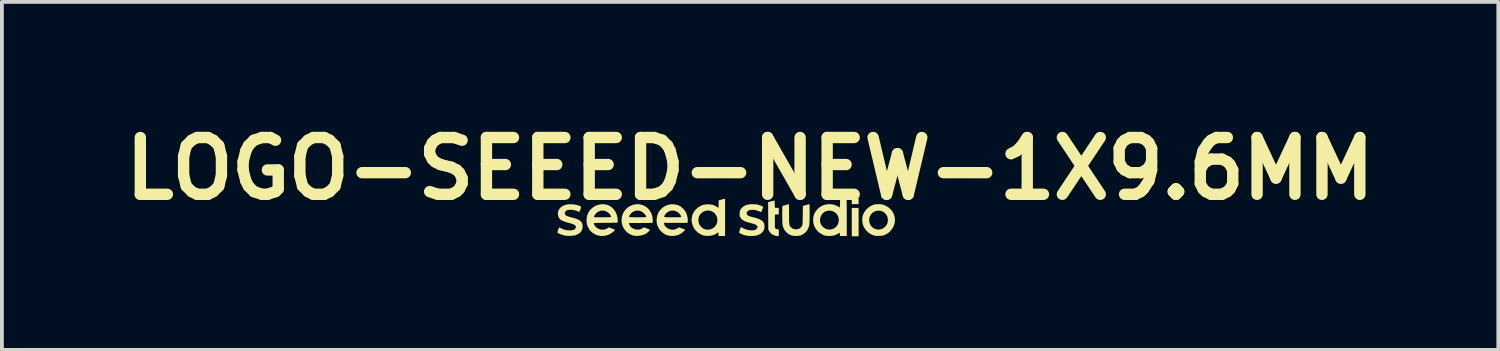
<source format=kicad_pcb>
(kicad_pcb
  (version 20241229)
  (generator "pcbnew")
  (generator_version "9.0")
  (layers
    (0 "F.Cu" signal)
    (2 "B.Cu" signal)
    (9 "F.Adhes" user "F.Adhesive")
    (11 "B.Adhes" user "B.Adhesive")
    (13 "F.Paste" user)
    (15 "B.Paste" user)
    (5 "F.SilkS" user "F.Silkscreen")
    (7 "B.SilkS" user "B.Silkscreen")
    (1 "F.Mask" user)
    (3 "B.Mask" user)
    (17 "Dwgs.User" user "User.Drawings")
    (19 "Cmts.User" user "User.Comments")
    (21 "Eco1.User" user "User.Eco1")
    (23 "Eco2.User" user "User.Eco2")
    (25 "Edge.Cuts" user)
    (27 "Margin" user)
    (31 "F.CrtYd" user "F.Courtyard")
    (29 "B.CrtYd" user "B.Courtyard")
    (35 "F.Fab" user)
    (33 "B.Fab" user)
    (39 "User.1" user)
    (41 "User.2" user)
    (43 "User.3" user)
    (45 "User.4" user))
  (footprint "LOGO-SEEED-NEW-1X9.6MM"
    (layer "F.Cu")
    (at 16.104 2.714)
    (property "Reference" "LOGO-SEEED-NEW-1X9.6MM" (at 0.66 -1.31 0) (layer "F.SilkS") (effects (font (size 1.5 1.5) (thickness 0.3))))
    (attr board_only exclude_from_pos_files exclude_from_bom)
    (fp_poly (pts (xy 3.527 -0.449) (xy 3.527 -0.371) (xy 3.437 -0.371) (xy 3.346 -0.371) (xy 3.346 -0.449) (xy 3.346 -0.527) (xy 3.437 -0.527) (xy 3.527 -0.527)) (stroke (width 0) (type solid)) (fill yes) (layer "F.SilkS"))
    (fp_poly (pts (xy 3.527 0.103) (xy 3.527 0.478) (xy 3.437 0.478) (xy 3.346 0.478) (xy 3.346 0.103) (xy 3.346 -0.272) (xy 3.437 -0.272) (xy 3.527 -0.272)) (stroke (width 0) (type solid)) (fill yes) (layer "F.SilkS"))
    (fp_poly (pts (xy 1.304 -0.465) (xy 1.308 -0.451) (xy 1.31 -0.425) (xy 1.312 -0.384) (xy 1.312 -0.374) (xy 1.315 -0.276) (xy 1.366 -0.274) (xy 1.418 -0.271) (xy 1.418 -0.185) (xy 1.418 -0.1) (xy 1.366 -0.097) (xy 1.315 -0.095) (xy 1.315 0.08) (xy 1.315 0.138) (xy 1.315 0.182) (xy 1.316 0.214) (xy 1.317 0.237) (xy 1.32 0.252) (xy 1.323 0.262) (xy 1.328 0.269) (xy 1.332 0.272) (xy 1.351 0.285) (xy 1.377 0.293) (xy 1.383 0.294) (xy 1.418 0.299) (xy 1.418 0.384) (xy 1.418 0.47) (xy 1.378 0.469) (xy 1.347 0.466) (xy 1.311 0.459) (xy 1.296 0.454) (xy 1.242 0.428) (xy 1.199 0.391) (xy 1.167 0.346) (xy 1.141 0.301) (xy 1.139 -0.062) (xy 1.137 -0.424) (xy 1.213 -0.444) (xy 1.247 -0.453) (xy 1.276 -0.461) (xy 1.295 -0.466) (xy 1.3 -0.467)) (stroke (width 0) (type solid)) (fill yes) (layer "F.SilkS"))
    (fp_poly (pts (xy 0 -0.024) (xy 0 0.47) (xy -0.086 0.47) (xy -0.172 0.47) (xy -0.175 0.421) (xy -0.177 0.372) (xy -0.221 0.401) (xy -0.273 0.431) (xy -0.326 0.451) (xy -0.385 0.463) (xy -0.441 0.467) (xy -0.505 0.466) (xy -0.554 0.46) (xy -0.568 0.457) (xy -0.642 0.428) (xy -0.71 0.386) (xy -0.77 0.332) (xy -0.818 0.269) (xy -0.834 0.242) (xy -0.866 0.164) (xy -0.883 0.085) (xy -0.883 0.053) (xy -0.705 0.053) (xy -0.699 0.109) (xy -0.685 0.155) (xy -0.661 0.194) (xy -0.628 0.232) (xy -0.589 0.265) (xy -0.55 0.288) (xy -0.537 0.292) (xy -0.487 0.302) (xy -0.431 0.301) (xy -0.378 0.291) (xy -0.338 0.275) (xy -0.286 0.239) (xy -0.247 0.193) (xy -0.22 0.142) (xy -0.206 0.086) (xy -0.204 0.028) (xy -0.215 -0.029) (xy -0.239 -0.082) (xy -0.276 -0.13) (xy -0.304 -0.154) (xy -0.357 -0.185) (xy -0.413 -0.201) (xy -0.471 -0.203) (xy -0.528 -0.192) (xy -0.582 -0.169) (xy -0.629 -0.133) (xy -0.668 -0.086) (xy -0.686 -0.054) (xy -0.701 -0.004) (xy -0.705 0.053) (xy -0.883 0.053) (xy -0.883 0.007) (xy -0.869 -0.068) (xy -0.84 -0.139) (xy -0.797 -0.205) (xy -0.74 -0.263) (xy -0.708 -0.288) (xy -0.653 -0.323) (xy -0.6 -0.346) (xy -0.544 -0.36) (xy -0.48 -0.366) (xy -0.449 -0.366) (xy -0.386 -0.363) (xy -0.333 -0.354) (xy -0.284 -0.337) (xy -0.234 -0.311) (xy -0.217 -0.3) (xy -0.174 -0.272) (xy -0.171 -0.372) (xy -0.169 -0.472) (xy -0.084 -0.495) (xy 0 -0.517)) (stroke (width 0) (type solid)) (fill yes) (layer "F.SilkS"))
    (fp_poly (pts (xy 4.09 -0.369) (xy 4.137 -0.365) (xy 4.171 -0.358) (xy 4.25 -0.326) (xy 4.32 -0.283) (xy 4.38 -0.228) (xy 4.427 -0.165) (xy 4.462 -0.093) (xy 4.483 -0.015) (xy 4.483 -0.012) (xy 4.487 0.065) (xy 4.476 0.141) (xy 4.45 0.214) (xy 4.412 0.282) (xy 4.362 0.344) (xy 4.301 0.396) (xy 4.232 0.437) (xy 4.21 0.446) (xy 4.171 0.457) (xy 4.121 0.465) (xy 4.066 0.468) (xy 4.01 0.468) (xy 3.96 0.463) (xy 3.921 0.454) (xy 3.844 0.42) (xy 3.776 0.373) (xy 3.718 0.314) (xy 3.672 0.244) (xy 3.641 0.175) (xy 3.628 0.117) (xy 3.622 0.053) (xy 3.623 0.048) (xy 3.806 0.048) (xy 3.813 0.112) (xy 3.834 0.169) (xy 3.866 0.217) (xy 3.908 0.255) (xy 3.958 0.283) (xy 4.013 0.298) (xy 4.072 0.3) (xy 4.133 0.287) (xy 4.155 0.279) (xy 4.197 0.254) (xy 4.236 0.217) (xy 4.269 0.174) (xy 4.29 0.129) (xy 4.29 0.126) (xy 4.301 0.064) (xy 4.297 0.003) (xy 4.28 -0.053) (xy 4.252 -0.102) (xy 4.213 -0.144) (xy 4.165 -0.176) (xy 4.11 -0.195) (xy 4.055 -0.2) (xy 3.989 -0.193) (xy 3.932 -0.171) (xy 3.884 -0.135) (xy 3.845 -0.086) (xy 3.832 -0.062) (xy 3.817 -0.028) (xy 3.809 0.001) (xy 3.806 0.034) (xy 3.806 0.048) (xy 3.623 0.048) (xy 3.625 -0.012) (xy 3.637 -0.07) (xy 3.642 -0.086) (xy 3.675 -0.156) (xy 3.721 -0.22) (xy 3.778 -0.275) (xy 3.842 -0.32) (xy 3.912 -0.352) (xy 3.948 -0.362) (xy 3.989 -0.368) (xy 4.038 -0.37)) (stroke (width 0) (type solid)) (fill yes) (layer "F.SilkS"))
    (fp_poly (pts (xy -3.166 -0.364) (xy -3.11 -0.351) (xy -3.046 -0.323) (xy -2.987 -0.281) (xy -2.936 -0.228) (xy -2.894 -0.166) (xy -2.863 -0.097) (xy -2.843 -0.024) (xy -2.836 0.052) (xy -2.837 0.069) (xy -2.839 0.119) (xy -3.154 0.122) (xy -3.246 0.123) (xy -3.322 0.124) (xy -3.383 0.125) (xy -3.428 0.127) (xy -3.457 0.129) (xy -3.469 0.132) (xy -3.47 0.132) (xy -3.467 0.145) (xy -3.459 0.165) (xy -3.457 0.171) (xy -3.43 0.215) (xy -3.391 0.253) (xy -3.342 0.281) (xy -3.288 0.299) (xy -3.26 0.303) (xy -3.202 0.302) (xy -3.15 0.288) (xy -3.107 0.266) (xy -3.071 0.242) (xy -2.99 0.272) (xy -2.957 0.284) (xy -2.93 0.296) (xy -2.913 0.305) (xy -2.909 0.309) (xy -2.916 0.321) (xy -2.933 0.34) (xy -2.959 0.362) (xy -2.989 0.385) (xy -3.02 0.406) (xy -3.05 0.423) (xy -3.05 0.423) (xy -3.128 0.453) (xy -3.208 0.468) (xy -3.289 0.468) (xy -3.354 0.457) (xy -3.432 0.428) (xy -3.5 0.387) (xy -3.558 0.334) (xy -3.603 0.271) (xy -3.637 0.2) (xy -3.656 0.121) (xy -3.661 0.057) (xy -3.655 -0.025) (xy -3.463 -0.025) (xy -3.24 -0.025) (xy -3.173 -0.025) (xy -3.116 -0.026) (xy -3.07 -0.027) (xy -3.036 -0.029) (xy -3.017 -0.031) (xy -3.012 -0.033) (xy -3.012 -0.047) (xy -3.022 -0.068) (xy -3.038 -0.094) (xy -3.059 -0.12) (xy -3.074 -0.135) (xy -3.127 -0.173) (xy -3.183 -0.196) (xy -3.241 -0.203) (xy -3.298 -0.195) (xy -3.349 -0.174) (xy -3.394 -0.143) (xy -3.43 -0.105) (xy -3.453 -0.063) (xy -3.458 -0.047) (xy -3.463 -0.025) (xy -3.655 -0.025) (xy -3.655 -0.027) (xy -3.634 -0.102) (xy -3.6 -0.171) (xy -3.55 -0.234) (xy -3.539 -0.245) (xy -3.476 -0.297) (xy -3.405 -0.336) (xy -3.328 -0.36) (xy -3.247 -0.37)) (stroke (width 0) (type solid)) (fill yes) (layer "F.SilkS"))
    (fp_poly (pts (xy 1.685 -0.363) (xy 1.686 -0.34) (xy 1.687 -0.306) (xy 1.688 -0.26) (xy 1.689 -0.206) (xy 1.689 -0.145) (xy 1.689 -0.114) (xy 1.69 -0.035) (xy 1.69 0.03) (xy 1.691 0.081) (xy 1.694 0.122) (xy 1.697 0.154) (xy 1.702 0.179) (xy 1.709 0.199) (xy 1.718 0.215) (xy 1.73 0.229) (xy 1.744 0.244) (xy 1.744 0.244) (xy 1.784 0.274) (xy 1.829 0.29) (xy 1.878 0.295) (xy 1.925 0.287) (xy 1.969 0.269) (xy 2.007 0.24) (xy 2.034 0.2) (xy 2.035 0.198) (xy 2.039 0.187) (xy 2.042 0.171) (xy 2.045 0.148) (xy 2.047 0.118) (xy 2.049 0.077) (xy 2.05 0.024) (xy 2.051 -0.042) (xy 2.052 -0.078) (xy 2.056 -0.325) (xy 2.139 -0.348) (xy 2.173 -0.357) (xy 2.202 -0.365) (xy 2.221 -0.369) (xy 2.227 -0.371) (xy 2.229 -0.363) (xy 2.231 -0.341) (xy 2.232 -0.307) (xy 2.233 -0.264) (xy 2.233 -0.214) (xy 2.233 -0.158) (xy 2.233 -0.101) (xy 2.233 -0.043) (xy 2.232 0.013) (xy 2.231 0.065) (xy 2.229 0.109) (xy 2.227 0.145) (xy 2.225 0.169) (xy 2.225 0.173) (xy 2.205 0.249) (xy 2.172 0.315) (xy 2.127 0.371) (xy 2.069 0.417) (xy 2.037 0.435) (xy 2.008 0.449) (xy 1.984 0.458) (xy 1.961 0.463) (xy 1.933 0.466) (xy 1.895 0.467) (xy 1.888 0.468) (xy 1.84 0.468) (xy 1.804 0.465) (xy 1.774 0.46) (xy 1.754 0.454) (xy 1.709 0.437) (xy 1.671 0.415) (xy 1.636 0.386) (xy 1.608 0.359) (xy 1.563 0.301) (xy 1.533 0.235) (xy 1.516 0.167) (xy 1.514 0.143) (xy 1.512 0.105) (xy 1.511 0.056) (xy 1.51 0.000016) (xy 1.51 -0.062) (xy 1.51 -0.106) (xy 1.512 -0.324) (xy 1.595 -0.347) (xy 1.63 -0.357) (xy 1.658 -0.365) (xy 1.678 -0.369) (xy 1.683 -0.371)) (stroke (width 0) (type solid)) (fill yes) (layer "F.SilkS"))
    (fp_poly (pts (xy 3.209 -0.511) (xy 3.21 -0.488) (xy 3.211 -0.451) (xy 3.212 -0.402) (xy 3.213 -0.343) (xy 3.213 -0.274) (xy 3.214 -0.197) (xy 3.214 -0.113) (xy 3.214 -0.025) (xy 3.214 -0.025) (xy 3.214 0.47) (xy 3.124 0.47) (xy 3.034 0.47) (xy 3.031 0.425) (xy 3.029 0.38) (xy 2.983 0.409) (xy 2.923 0.44) (xy 2.86 0.46) (xy 2.79 0.468) (xy 2.754 0.469) (xy 2.715 0.468) (xy 2.679 0.465) (xy 2.651 0.462) (xy 2.642 0.461) (xy 2.601 0.446) (xy 2.555 0.423) (xy 2.508 0.394) (xy 2.467 0.363) (xy 2.452 0.35) (xy 2.398 0.285) (xy 2.358 0.214) (xy 2.334 0.137) (xy 2.325 0.054) (xy 2.326 0.042) (xy 2.507 0.042) (xy 2.511 0.1) (xy 2.529 0.153) (xy 2.558 0.201) (xy 2.595 0.24) (xy 2.641 0.271) (xy 2.692 0.292) (xy 2.748 0.301) (xy 2.805 0.296) (xy 2.863 0.277) (xy 2.865 0.276) (xy 2.918 0.241) (xy 2.959 0.196) (xy 2.987 0.142) (xy 3.002 0.08) (xy 3.003 0.049) (xy 2.996 -0.013) (xy 2.977 -0.067) (xy 2.948 -0.112) (xy 2.91 -0.148) (xy 2.866 -0.175) (xy 2.817 -0.192) (xy 2.766 -0.2) (xy 2.714 -0.197) (xy 2.664 -0.184) (xy 2.617 -0.16) (xy 2.576 -0.125) (xy 2.542 -0.079) (xy 2.518 -0.021) (xy 2.517 -0.019) (xy 2.507 0.042) (xy 2.326 0.042) (xy 2.326 0.021) (xy 2.334 -0.044) (xy 2.35 -0.1) (xy 2.376 -0.154) (xy 2.402 -0.194) (xy 2.457 -0.256) (xy 2.521 -0.306) (xy 2.593 -0.342) (xy 2.673 -0.364) (xy 2.757 -0.371) (xy 2.835 -0.365) (xy 2.905 -0.347) (xy 2.973 -0.316) (xy 2.977 -0.314) (xy 3.032 -0.282) (xy 3.035 -0.378) (xy 3.037 -0.474) (xy 3.119 -0.496) (xy 3.154 -0.505) (xy 3.183 -0.513) (xy 3.202 -0.518) (xy 3.208 -0.519)) (stroke (width 0) (type solid)) (fill yes) (layer "F.SilkS"))
    (fp_poly (pts (xy -2.253 -0.366) (xy -2.178 -0.347) (xy -2.11 -0.315) (xy -2.048 -0.269) (xy -1.996 -0.211) (xy -1.959 -0.148) (xy -1.934 -0.091) (xy -1.92 -0.035) (xy -1.913 0.027) (xy -1.912 0.063) (xy -1.912 0.123) (xy -2.229 0.126) (xy -2.545 0.128) (xy -2.534 0.16) (xy -2.51 0.207) (xy -2.474 0.245) (xy -2.428 0.275) (xy -2.377 0.294) (xy -2.323 0.303) (xy -2.268 0.3) (xy -2.215 0.285) (xy -2.172 0.26) (xy -2.147 0.241) (xy -2.067 0.27) (xy -2.033 0.283) (xy -2.007 0.295) (xy -1.99 0.305) (xy -1.986 0.309) (xy -1.992 0.32) (xy -2.008 0.338) (xy -2.03 0.36) (xy -2.056 0.382) (xy -2.081 0.402) (xy -2.095 0.41) (xy -2.148 0.436) (xy -2.211 0.454) (xy -2.279 0.465) (xy -2.346 0.468) (xy -2.408 0.462) (xy -2.43 0.457) (xy -2.507 0.428) (xy -2.575 0.385) (xy -2.632 0.331) (xy -2.678 0.267) (xy -2.712 0.196) (xy -2.731 0.118) (xy -2.736 0.054) (xy -2.728 -0.028) (xy -2.724 -0.042) (xy -2.532 -0.042) (xy -2.531 -0.031) (xy -2.523 -0.029) (xy -2.5 -0.028) (xy -2.466 -0.027) (xy -2.421 -0.026) (xy -2.368 -0.025) (xy -2.31 -0.025) (xy -2.308 -0.025) (xy -2.241 -0.025) (xy -2.188 -0.025) (xy -2.149 -0.026) (xy -2.121 -0.027) (xy -2.102 -0.029) (xy -2.091 -0.031) (xy -2.086 -0.034) (xy -2.085 -0.037) (xy -2.092 -0.062) (xy -2.11 -0.091) (xy -2.137 -0.122) (xy -2.169 -0.151) (xy -2.205 -0.175) (xy -2.217 -0.182) (xy -2.256 -0.195) (xy -2.302 -0.201) (xy -2.348 -0.2) (xy -2.388 -0.191) (xy -2.39 -0.19) (xy -2.433 -0.168) (xy -2.472 -0.139) (xy -2.502 -0.107) (xy -2.523 -0.073) (xy -2.532 -0.042) (xy -2.724 -0.042) (xy -2.706 -0.105) (xy -2.67 -0.175) (xy -2.622 -0.237) (xy -2.564 -0.289) (xy -2.496 -0.33) (xy -2.419 -0.357) (xy -2.414 -0.358) (xy -2.332 -0.37)) (stroke (width 0) (type solid)) (fill yes) (layer "F.SilkS"))
    (fp_poly (pts (xy -1.33 -0.365) (xy -1.25 -0.346) (xy -1.206 -0.328) (xy -1.167 -0.305) (xy -1.127 -0.27) (xy -1.087 -0.229) (xy -1.054 -0.185) (xy -1.031 -0.146) (xy -1.01 -0.093) (xy -0.995 -0.035) (xy -0.986 0.021) (xy -0.985 0.071) (xy -0.986 0.08) (xy -0.991 0.124) (xy -1.304 0.124) (xy -1.617 0.124) (xy -1.612 0.15) (xy -1.596 0.192) (xy -1.566 0.23) (xy -1.526 0.262) (xy -1.478 0.287) (xy -1.425 0.301) (xy -1.385 0.305) (xy -1.336 0.299) (xy -1.288 0.283) (xy -1.249 0.26) (xy -1.224 0.241) (xy -1.142 0.27) (xy -1.107 0.282) (xy -1.079 0.293) (xy -1.061 0.3) (xy -1.055 0.302) (xy -1.058 0.31) (xy -1.07 0.325) (xy -1.09 0.345) (xy -1.115 0.367) (xy -1.142 0.388) (xy -1.167 0.407) (xy -1.188 0.42) (xy -1.25 0.446) (xy -1.32 0.462) (xy -1.393 0.469) (xy -1.463 0.465) (xy -1.506 0.457) (xy -1.58 0.429) (xy -1.647 0.387) (xy -1.705 0.332) (xy -1.753 0.267) (xy -1.789 0.194) (xy -1.793 0.181) (xy -1.807 0.121) (xy -1.81 0.053) (xy -1.803 -0.017) (xy -1.797 -0.042) (xy -1.607 -0.042) (xy -1.607 -0.037) (xy -1.604 -0.033) (xy -1.598 -0.03) (xy -1.585 -0.028) (xy -1.565 -0.026) (xy -1.536 -0.025) (xy -1.495 -0.025) (xy -1.442 -0.025) (xy -1.385 -0.025) (xy -1.318 -0.025) (xy -1.267 -0.025) (xy -1.228 -0.025) (xy -1.2 -0.026) (xy -1.182 -0.028) (xy -1.17 -0.03) (xy -1.164 -0.033) (xy -1.162 -0.037) (xy -1.162 -0.042) (xy -1.168 -0.063) (xy -1.184 -0.09) (xy -1.206 -0.118) (xy -1.232 -0.144) (xy -1.247 -0.155) (xy -1.305 -0.187) (xy -1.364 -0.202) (xy -1.422 -0.201) (xy -1.478 -0.184) (xy -1.532 -0.151) (xy -1.552 -0.133) (xy -1.584 -0.097) (xy -1.603 -0.064) (xy -1.607 -0.042) (xy -1.797 -0.042) (xy -1.788 -0.084) (xy -1.764 -0.145) (xy -1.748 -0.173) (xy -1.694 -0.239) (xy -1.632 -0.293) (xy -1.563 -0.332) (xy -1.488 -0.358) (xy -1.41 -0.369)) (stroke (width 0) (type solid)) (fill yes) (layer "F.SilkS"))
    (fp_poly (pts (xy 0.762 -0.369) (xy 0.82 -0.365) (xy 0.857 -0.359) (xy 0.889 -0.351) (xy 0.923 -0.34) (xy 0.956 -0.328) (xy 0.983 -0.315) (xy 1 -0.305) (xy 1.005 -0.299) (xy 1.003 -0.286) (xy 0.995 -0.263) (xy 0.985 -0.236) (xy 0.974 -0.208) (xy 0.963 -0.184) (xy 0.955 -0.167) (xy 0.95 -0.162) (xy 0.94 -0.166) (xy 0.919 -0.175) (xy 0.893 -0.185) (xy 0.827 -0.207) (xy 0.764 -0.22) (xy 0.705 -0.222) (xy 0.654 -0.215) (xy 0.612 -0.197) (xy 0.592 -0.181) (xy 0.573 -0.153) (xy 0.569 -0.123) (xy 0.58 -0.096) (xy 0.605 -0.071) (xy 0.629 -0.058) (xy 0.651 -0.05) (xy 0.684 -0.04) (xy 0.724 -0.029) (xy 0.758 -0.021) (xy 0.839 0.001) (xy 0.904 0.026) (xy 0.955 0.052) (xy 0.993 0.083) (xy 1.02 0.118) (xy 1.035 0.159) (xy 1.041 0.207) (xy 1.041 0.218) (xy 1.037 0.271) (xy 1.023 0.314) (xy 0.998 0.354) (xy 0.983 0.372) (xy 0.938 0.41) (xy 0.88 0.44) (xy 0.827 0.457) (xy 0.783 0.465) (xy 0.728 0.469) (xy 0.668 0.469) (xy 0.608 0.465) (xy 0.554 0.457) (xy 0.534 0.453) (xy 0.492 0.441) (xy 0.45 0.425) (xy 0.411 0.408) (xy 0.382 0.392) (xy 0.374 0.386) (xy 0.37 0.377) (xy 0.373 0.36) (xy 0.381 0.331) (xy 0.39 0.305) (xy 0.416 0.233) (xy 0.458 0.256) (xy 0.517 0.284) (xy 0.581 0.305) (xy 0.647 0.317) (xy 0.709 0.322) (xy 0.764 0.317) (xy 0.779 0.313) (xy 0.811 0.299) (xy 0.837 0.277) (xy 0.854 0.252) (xy 0.857 0.235) (xy 0.853 0.213) (xy 0.841 0.194) (xy 0.819 0.177) (xy 0.785 0.161) (xy 0.738 0.145) (xy 0.676 0.128) (xy 0.674 0.128) (xy 0.601 0.108) (xy 0.541 0.088) (xy 0.494 0.067) (xy 0.458 0.044) (xy 0.429 0.017) (xy 0.407 -0.013) (xy 0.406 -0.015) (xy 0.394 -0.037) (xy 0.387 -0.058) (xy 0.384 -0.083) (xy 0.384 -0.119) (xy 0.384 -0.119) (xy 0.385 -0.16) (xy 0.39 -0.189) (xy 0.399 -0.213) (xy 0.402 -0.22) (xy 0.438 -0.271) (xy 0.487 -0.313) (xy 0.547 -0.344) (xy 0.593 -0.358) (xy 0.643 -0.366) (xy 0.701 -0.37)) (stroke (width 0) (type solid)) (fill yes) (layer "F.SilkS"))
    (fp_poly (pts (xy -4.035 -0.368) (xy -3.965 -0.359) (xy -3.901 -0.345) (xy -3.893 -0.342) (xy -3.852 -0.328) (xy -3.825 -0.317) (xy -3.81 -0.306) (xy -3.805 -0.292) (xy -3.808 -0.272) (xy -3.817 -0.244) (xy -3.82 -0.235) (xy -3.832 -0.206) (xy -3.842 -0.182) (xy -3.848 -0.17) (xy -3.85 -0.168) (xy -3.86 -0.169) (xy -3.88 -0.176) (xy -3.888 -0.18) (xy -3.932 -0.198) (xy -3.983 -0.211) (xy -4.038 -0.22) (xy -4.09 -0.223) (xy -4.137 -0.22) (xy -4.173 -0.211) (xy -4.204 -0.192) (xy -4.225 -0.166) (xy -4.235 -0.137) (xy -4.233 -0.109) (xy -4.217 -0.084) (xy -4.217 -0.084) (xy -4.202 -0.072) (xy -4.181 -0.06) (xy -4.153 -0.049) (xy -4.115 -0.037) (xy -4.065 -0.023) (xy -4.04 -0.017) (xy -3.961 0.005) (xy -3.898 0.028) (xy -3.848 0.054) (xy -3.811 0.082) (xy -3.786 0.115) (xy -3.77 0.154) (xy -3.764 0.199) (xy -3.763 0.218) (xy -3.771 0.28) (xy -3.792 0.334) (xy -3.829 0.38) (xy -3.879 0.417) (xy -3.943 0.446) (xy -3.955 0.45) (xy -3.988 0.458) (xy -4.033 0.463) (xy -4.084 0.466) (xy -4.137 0.466) (xy -4.187 0.464) (xy -4.228 0.459) (xy -4.236 0.458) (xy -4.28 0.447) (xy -4.324 0.433) (xy -4.364 0.418) (xy -4.397 0.402) (xy -4.421 0.388) (xy -4.429 0.38) (xy -4.429 0.369) (xy -4.423 0.347) (xy -4.414 0.319) (xy -4.413 0.316) (xy -4.402 0.287) (xy -4.394 0.263) (xy -4.389 0.25) (xy -4.389 0.249) (xy -4.381 0.247) (xy -4.362 0.252) (xy -4.331 0.267) (xy -4.329 0.268) (xy -4.256 0.299) (xy -4.183 0.317) (xy -4.104 0.322) (xy -4.045 0.319) (xy -4 0.308) (xy -3.968 0.289) (xy -3.948 0.262) (xy -3.943 0.247) (xy -3.942 0.223) (xy -3.949 0.203) (xy -3.966 0.185) (xy -3.994 0.168) (xy -4.035 0.151) (xy -4.091 0.134) (xy -4.128 0.124) (xy -4.2 0.104) (xy -4.259 0.084) (xy -4.304 0.064) (xy -4.34 0.043) (xy -4.366 0.02) (xy -4.387 -0.007) (xy -4.398 -0.028) (xy -4.413 -0.079) (xy -4.417 -0.134) (xy -4.408 -0.188) (xy -4.402 -0.205) (xy -4.374 -0.251) (xy -4.333 -0.293) (xy -4.281 -0.327) (xy -4.22 -0.352) (xy -4.169 -0.364) (xy -4.106 -0.369)) (stroke (width 0) (type solid)) (fill yes) (layer "F.SilkS")))
  (gr_rect
    (start -3 -3)
    (end 36.529 6.192)
    (stroke (width 0.1) (type default))
    (fill no)
    (layer "Edge.Cuts")))
</source>
